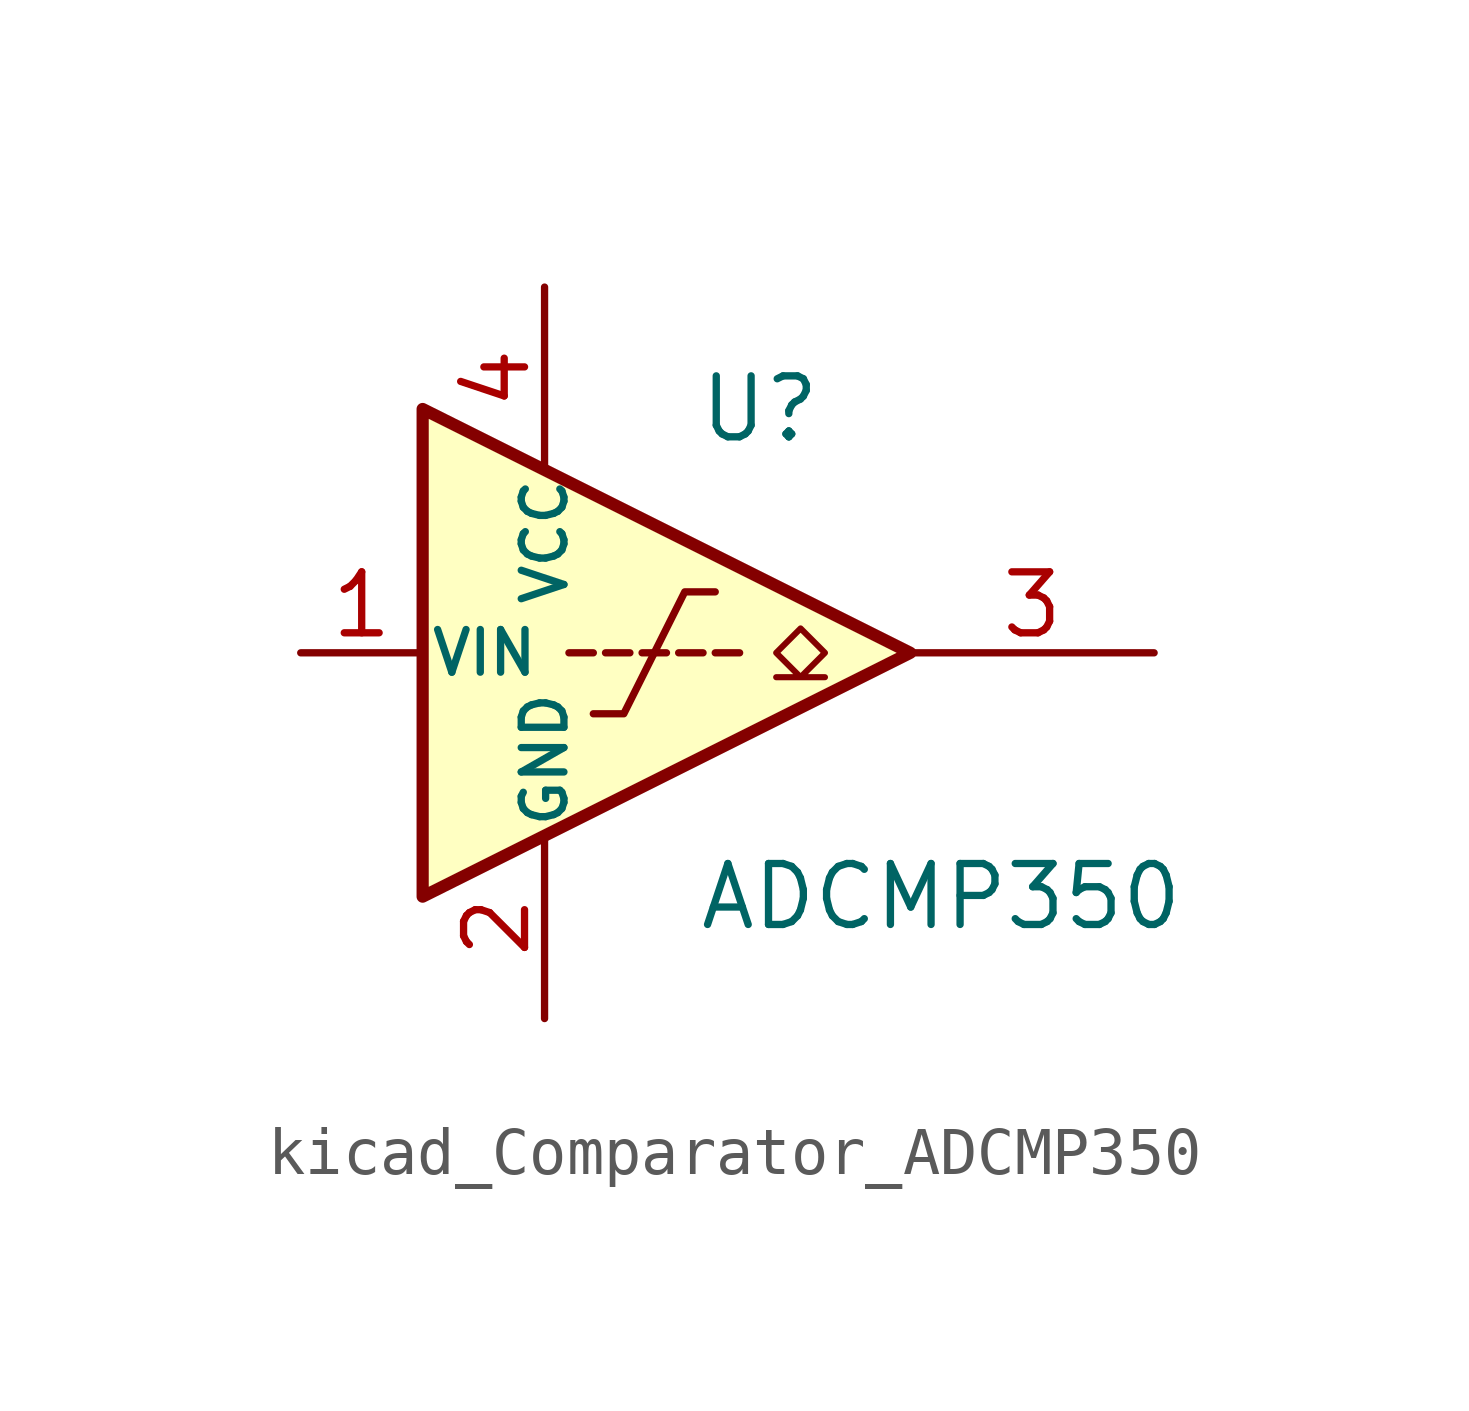
<source format=kicad_sym>
(kicad_symbol_lib
  (version 20220914)
  (generator kicad_symbol_editor)
  (symbol "kicad_Comparator_ADCMP350"
    (pin_names
      (offset 0.127))
    (property "Reference" "U"
      (at 3.175 5.08 0)
      (effects (font (size 1.27 1.27)) (justify left)))
    (property "Value" "ADCMP350"
      (at 3.175 -5.08 0)
      (effects (font (size 1.27 1.27)) (justify left)))
    (symbol "kicad_Comparator_ADCMP350_0_1"
      (polyline (pts (xy 1.016 0) (xy 0.508 0)) (stroke (width 0) (type default)) (fill (type none)))
      (polyline (pts (xy 1.778 0) (xy 1.27 0)) (stroke (width 0) (type default)) (fill (type none)))
      (polyline (pts (xy 2.032 0) (xy 2.54 0)) (stroke (width 0) (type default)) (fill (type none)))
      (polyline (pts (xy 2.794 0) (xy 3.302 0)) (stroke (width 0) (type default)) (fill (type none)))
      (polyline (pts (xy 3.556 0) (xy 4.064 0)) (stroke (width 0) (type default)) (fill (type none)))
      (polyline (pts (xy -2.54 5.08) (xy 7.62 0) (xy -2.54 -5.08) (xy -2.54 5.08)) (stroke (width 0.254) (type default)) (fill (type background)))
      (polyline (pts (xy 1.016 -1.27) (xy 1.651 -1.27) (xy 2.921 1.27) (xy 3.556 1.27)) (stroke (width 0) (type default)) (fill (type none)))
      (polyline (pts (xy 4.826 -0.508) (xy 5.334 -0.508) (xy 4.826 0) (xy 5.334 0.508) (xy 5.842 0) (xy 5.334 -0.508) (xy 5.842 -0.508)) (stroke (width 0.127) (type default)) (fill (type none))))
    (symbol "kicad_Comparator_ADCMP350_1_1"
      (pin input line (at -5.08 0 0) (length 2.54) (name "VIN" (effects (font (size 0.889 0.889)))) (number "1" (effects (font (size 1.27 1.27)))))
      (pin power_in line (at 0 -7.62 90) (length 3.81) (name "GND" (effects (font (size 0.889 0.889)))) (number "2" (effects (font (size 1.27 1.27)))))
      (pin open_collector line (at 12.7 0 180) (length 5.08) (name "~" (effects (font (size 1.27 1.27)))) (number "3" (effects (font (size 1.27 1.27)))))
      (pin power_in line (at 0 7.62 270) (length 3.81) (name "VCC" (effects (font (size 0.889 0.889)))) (number "4" (effects (font (size 1.27 1.27))))))))
</source>
